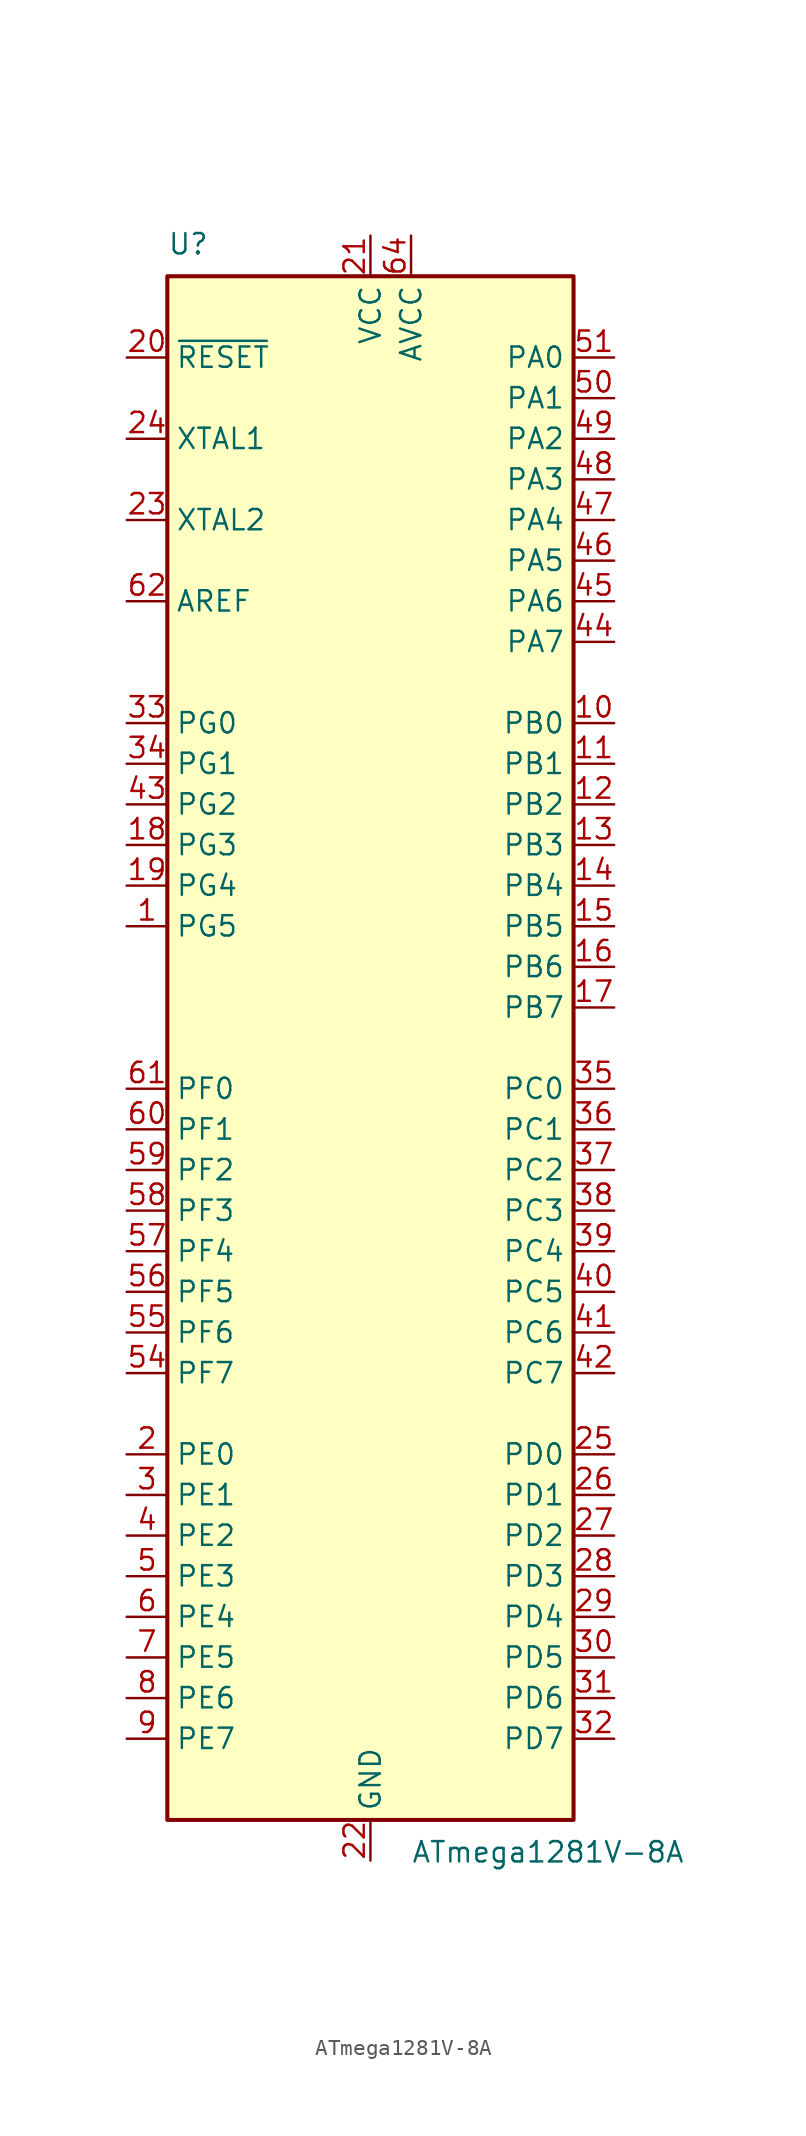
<source format=kicad_sym>
(kicad_symbol_lib
  (version 20201005)
  (generator kicad_symbol_editor)
  (symbol "MCU_Microchip_ATmega:ATmega1281V-8A"
    (property "Reference" "U"
      (at -12.7 49.53 0)
      (effects (font (size 1.27 1.27)) (justify left bottom)))
    (property "Value" "ATmega1281V-8A"
      (at 2.54 -49.53 0)
      (effects (font (size 1.27 1.27)) (justify left top)))
    (symbol "ATmega1281V-8A_0_1"
      (rectangle (start -12.7 -48.26) (end 12.7 48.26) (stroke (width 0.254)) (fill (type background))))
    (symbol "ATmega1281V-8A_1_1"
      (pin bidirectional line (at -15.24 7.62 0) (length 2.54) (name "PG5" (effects (font (size 1.27 1.27)))) (number "1" (effects (font (size 1.27 1.27)))))
      (pin bidirectional line (at 15.24 20.32 180) (length 2.54) (name "PB0" (effects (font (size 1.27 1.27)))) (number "10" (effects (font (size 1.27 1.27)))))
      (pin bidirectional line (at 15.24 17.78 180) (length 2.54) (name "PB1" (effects (font (size 1.27 1.27)))) (number "11" (effects (font (size 1.27 1.27)))))
      (pin bidirectional line (at 15.24 15.24 180) (length 2.54) (name "PB2" (effects (font (size 1.27 1.27)))) (number "12" (effects (font (size 1.27 1.27)))))
      (pin bidirectional line (at 15.24 12.7 180) (length 2.54) (name "PB3" (effects (font (size 1.27 1.27)))) (number "13" (effects (font (size 1.27 1.27)))))
      (pin bidirectional line (at 15.24 10.16 180) (length 2.54) (name "PB4" (effects (font (size 1.27 1.27)))) (number "14" (effects (font (size 1.27 1.27)))))
      (pin bidirectional line (at 15.24 7.62 180) (length 2.54) (name "PB5" (effects (font (size 1.27 1.27)))) (number "15" (effects (font (size 1.27 1.27)))))
      (pin bidirectional line (at 15.24 5.08 180) (length 2.54) (name "PB6" (effects (font (size 1.27 1.27)))) (number "16" (effects (font (size 1.27 1.27)))))
      (pin bidirectional line (at 15.24 2.54 180) (length 2.54) (name "PB7" (effects (font (size 1.27 1.27)))) (number "17" (effects (font (size 1.27 1.27)))))
      (pin bidirectional line (at -15.24 12.7 0) (length 2.54) (name "PG3" (effects (font (size 1.27 1.27)))) (number "18" (effects (font (size 1.27 1.27)))))
      (pin bidirectional line (at -15.24 10.16 0) (length 2.54) (name "PG4" (effects (font (size 1.27 1.27)))) (number "19" (effects (font (size 1.27 1.27)))))
      (pin bidirectional line (at -15.24 -25.4 0) (length 2.54) (name "PE0" (effects (font (size 1.27 1.27)))) (number "2" (effects (font (size 1.27 1.27)))))
      (pin input line (at -15.24 43.18 0) (length 2.54) (name "~RESET" (effects (font (size 1.27 1.27)))) (number "20" (effects (font (size 1.27 1.27)))))
      (pin power_in line (at 0 50.8 270) (length 2.54) (name "VCC" (effects (font (size 1.27 1.27)))) (number "21" (effects (font (size 1.27 1.27)))))
      (pin power_in line (at 0 -50.8 90) (length 2.54) (name "GND" (effects (font (size 1.27 1.27)))) (number "22" (effects (font (size 1.27 1.27)))))
      (pin output line (at -15.24 33.02 0) (length 2.54) (name "XTAL2" (effects (font (size 1.27 1.27)))) (number "23" (effects (font (size 1.27 1.27)))))
      (pin input line (at -15.24 38.1 0) (length 2.54) (name "XTAL1" (effects (font (size 1.27 1.27)))) (number "24" (effects (font (size 1.27 1.27)))))
      (pin bidirectional line (at 15.24 -25.4 180) (length 2.54) (name "PD0" (effects (font (size 1.27 1.27)))) (number "25" (effects (font (size 1.27 1.27)))))
      (pin bidirectional line (at 15.24 -27.94 180) (length 2.54) (name "PD1" (effects (font (size 1.27 1.27)))) (number "26" (effects (font (size 1.27 1.27)))))
      (pin bidirectional line (at 15.24 -30.48 180) (length 2.54) (name "PD2" (effects (font (size 1.27 1.27)))) (number "27" (effects (font (size 1.27 1.27)))))
      (pin bidirectional line (at 15.24 -33.02 180) (length 2.54) (name "PD3" (effects (font (size 1.27 1.27)))) (number "28" (effects (font (size 1.27 1.27)))))
      (pin bidirectional line (at 15.24 -35.56 180) (length 2.54) (name "PD4" (effects (font (size 1.27 1.27)))) (number "29" (effects (font (size 1.27 1.27)))))
      (pin bidirectional line (at -15.24 -27.94 0) (length 2.54) (name "PE1" (effects (font (size 1.27 1.27)))) (number "3" (effects (font (size 1.27 1.27)))))
      (pin bidirectional line (at 15.24 -38.1 180) (length 2.54) (name "PD5" (effects (font (size 1.27 1.27)))) (number "30" (effects (font (size 1.27 1.27)))))
      (pin bidirectional line (at 15.24 -40.64 180) (length 2.54) (name "PD6" (effects (font (size 1.27 1.27)))) (number "31" (effects (font (size 1.27 1.27)))))
      (pin bidirectional line (at 15.24 -43.18 180) (length 2.54) (name "PD7" (effects (font (size 1.27 1.27)))) (number "32" (effects (font (size 1.27 1.27)))))
      (pin bidirectional line (at -15.24 20.32 0) (length 2.54) (name "PG0" (effects (font (size 1.27 1.27)))) (number "33" (effects (font (size 1.27 1.27)))))
      (pin bidirectional line (at -15.24 17.78 0) (length 2.54) (name "PG1" (effects (font (size 1.27 1.27)))) (number "34" (effects (font (size 1.27 1.27)))))
      (pin bidirectional line (at 15.24 -2.54 180) (length 2.54) (name "PC0" (effects (font (size 1.27 1.27)))) (number "35" (effects (font (size 1.27 1.27)))))
      (pin bidirectional line (at 15.24 -5.08 180) (length 2.54) (name "PC1" (effects (font (size 1.27 1.27)))) (number "36" (effects (font (size 1.27 1.27)))))
      (pin bidirectional line (at 15.24 -7.62 180) (length 2.54) (name "PC2" (effects (font (size 1.27 1.27)))) (number "37" (effects (font (size 1.27 1.27)))))
      (pin bidirectional line (at 15.24 -10.16 180) (length 2.54) (name "PC3" (effects (font (size 1.27 1.27)))) (number "38" (effects (font (size 1.27 1.27)))))
      (pin bidirectional line (at 15.24 -12.7 180) (length 2.54) (name "PC4" (effects (font (size 1.27 1.27)))) (number "39" (effects (font (size 1.27 1.27)))))
      (pin bidirectional line (at -15.24 -30.48 0) (length 2.54) (name "PE2" (effects (font (size 1.27 1.27)))) (number "4" (effects (font (size 1.27 1.27)))))
      (pin bidirectional line (at 15.24 -15.24 180) (length 2.54) (name "PC5" (effects (font (size 1.27 1.27)))) (number "40" (effects (font (size 1.27 1.27)))))
      (pin bidirectional line (at 15.24 -17.78 180) (length 2.54) (name "PC6" (effects (font (size 1.27 1.27)))) (number "41" (effects (font (size 1.27 1.27)))))
      (pin bidirectional line (at 15.24 -20.32 180) (length 2.54) (name "PC7" (effects (font (size 1.27 1.27)))) (number "42" (effects (font (size 1.27 1.27)))))
      (pin bidirectional line (at -15.24 15.24 0) (length 2.54) (name "PG2" (effects (font (size 1.27 1.27)))) (number "43" (effects (font (size 1.27 1.27)))))
      (pin bidirectional line (at 15.24 25.4 180) (length 2.54) (name "PA7" (effects (font (size 1.27 1.27)))) (number "44" (effects (font (size 1.27 1.27)))))
      (pin bidirectional line (at 15.24 27.94 180) (length 2.54) (name "PA6" (effects (font (size 1.27 1.27)))) (number "45" (effects (font (size 1.27 1.27)))))
      (pin bidirectional line (at 15.24 30.48 180) (length 2.54) (name "PA5" (effects (font (size 1.27 1.27)))) (number "46" (effects (font (size 1.27 1.27)))))
      (pin bidirectional line (at 15.24 33.02 180) (length 2.54) (name "PA4" (effects (font (size 1.27 1.27)))) (number "47" (effects (font (size 1.27 1.27)))))
      (pin bidirectional line (at 15.24 35.56 180) (length 2.54) (name "PA3" (effects (font (size 1.27 1.27)))) (number "48" (effects (font (size 1.27 1.27)))))
      (pin bidirectional line (at 15.24 38.1 180) (length 2.54) (name "PA2" (effects (font (size 1.27 1.27)))) (number "49" (effects (font (size 1.27 1.27)))))
      (pin bidirectional line (at -15.24 -33.02 0) (length 2.54) (name "PE3" (effects (font (size 1.27 1.27)))) (number "5" (effects (font (size 1.27 1.27)))))
      (pin bidirectional line (at 15.24 40.64 180) (length 2.54) (name "PA1" (effects (font (size 1.27 1.27)))) (number "50" (effects (font (size 1.27 1.27)))))
      (pin bidirectional line (at 15.24 43.18 180) (length 2.54) (name "PA0" (effects (font (size 1.27 1.27)))) (number "51" (effects (font (size 1.27 1.27)))))
      (pin passive line (at 0 50.8 270) (length 2.54) hide (name "VCC" (effects (font (size 1.27 1.27)))) (number "52" (effects (font (size 1.27 1.27)))))
      (pin passive line (at 0 -50.8 90) (length 2.54) hide (name "GND" (effects (font (size 1.27 1.27)))) (number "53" (effects (font (size 1.27 1.27)))))
      (pin bidirectional line (at -15.24 -20.32 0) (length 2.54) (name "PF7" (effects (font (size 1.27 1.27)))) (number "54" (effects (font (size 1.27 1.27)))))
      (pin bidirectional line (at -15.24 -17.78 0) (length 2.54) (name "PF6" (effects (font (size 1.27 1.27)))) (number "55" (effects (font (size 1.27 1.27)))))
      (pin bidirectional line (at -15.24 -15.24 0) (length 2.54) (name "PF5" (effects (font (size 1.27 1.27)))) (number "56" (effects (font (size 1.27 1.27)))))
      (pin bidirectional line (at -15.24 -12.7 0) (length 2.54) (name "PF4" (effects (font (size 1.27 1.27)))) (number "57" (effects (font (size 1.27 1.27)))))
      (pin bidirectional line (at -15.24 -10.16 0) (length 2.54) (name "PF3" (effects (font (size 1.27 1.27)))) (number "58" (effects (font (size 1.27 1.27)))))
      (pin bidirectional line (at -15.24 -7.62 0) (length 2.54) (name "PF2" (effects (font (size 1.27 1.27)))) (number "59" (effects (font (size 1.27 1.27)))))
      (pin bidirectional line (at -15.24 -35.56 0) (length 2.54) (name "PE4" (effects (font (size 1.27 1.27)))) (number "6" (effects (font (size 1.27 1.27)))))
      (pin bidirectional line (at -15.24 -5.08 0) (length 2.54) (name "PF1" (effects (font (size 1.27 1.27)))) (number "60" (effects (font (size 1.27 1.27)))))
      (pin bidirectional line (at -15.24 -2.54 0) (length 2.54) (name "PF0" (effects (font (size 1.27 1.27)))) (number "61" (effects (font (size 1.27 1.27)))))
      (pin passive line (at -15.24 27.94 0) (length 2.54) (name "AREF" (effects (font (size 1.27 1.27)))) (number "62" (effects (font (size 1.27 1.27)))))
      (pin passive line (at 0 -50.8 90) (length 2.54) hide (name "GND" (effects (font (size 1.27 1.27)))) (number "63" (effects (font (size 1.27 1.27)))))
      (pin power_in line (at 2.54 50.8 270) (length 2.54) (name "AVCC" (effects (font (size 1.27 1.27)))) (number "64" (effects (font (size 1.27 1.27)))))
      (pin bidirectional line (at -15.24 -38.1 0) (length 2.54) (name "PE5" (effects (font (size 1.27 1.27)))) (number "7" (effects (font (size 1.27 1.27)))))
      (pin bidirectional line (at -15.24 -40.64 0) (length 2.54) (name "PE6" (effects (font (size 1.27 1.27)))) (number "8" (effects (font (size 1.27 1.27)))))
      (pin bidirectional line (at -15.24 -43.18 0) (length 2.54) (name "PE7" (effects (font (size 1.27 1.27)))) (number "9" (effects (font (size 1.27 1.27))))))))
</source>
